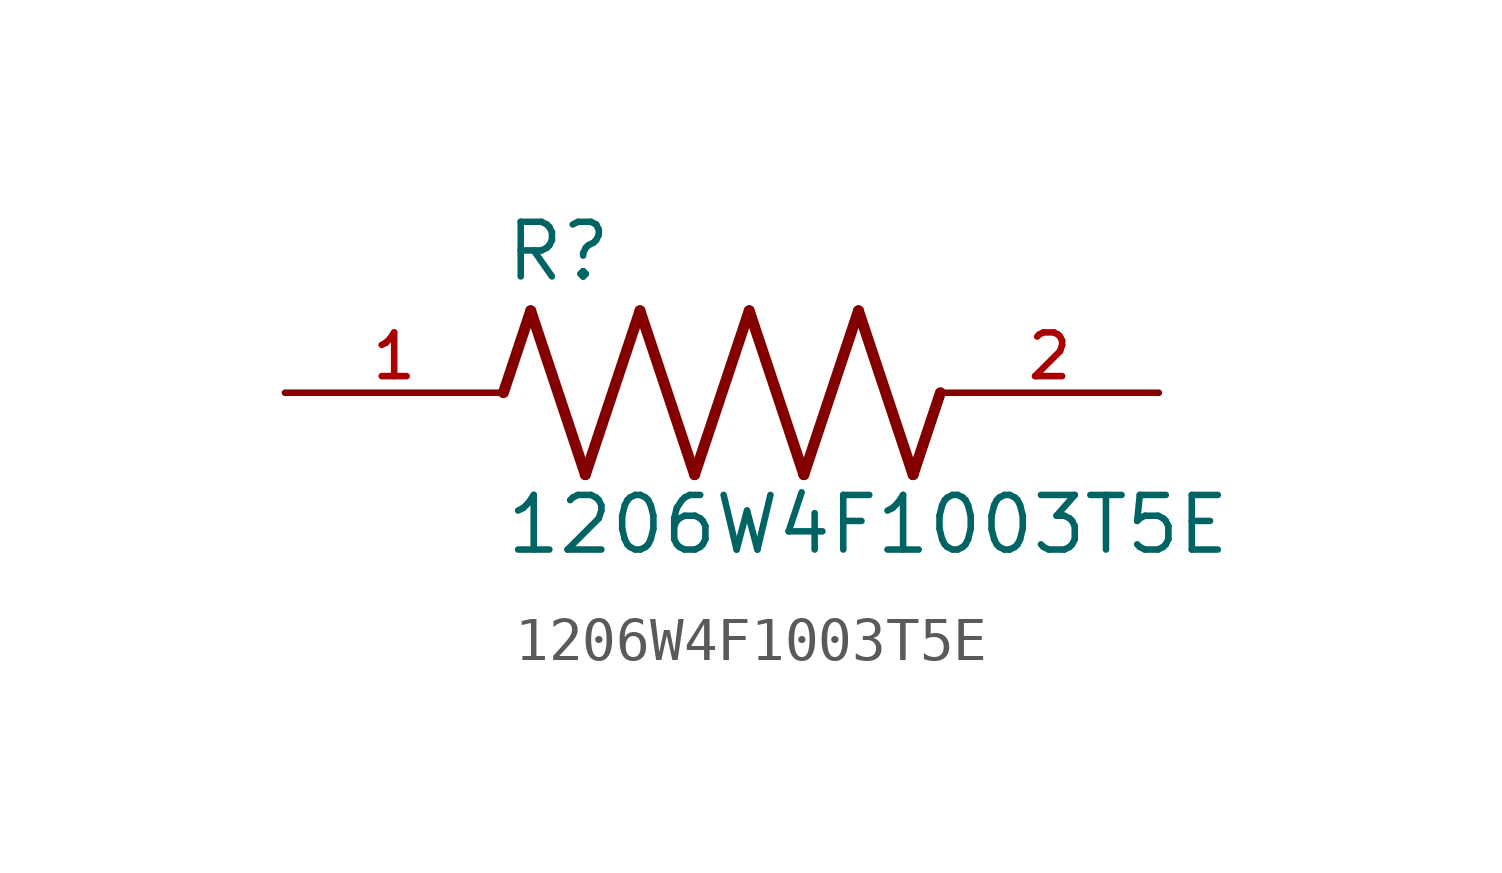
<source format=kicad_sym>
(kicad_symbol_lib
  (version 20211014)
  (generator kicad_symbol_editor)
  (symbol "1206W4F1003T5E"
    (pin_names
      (offset 1.016))
    (property "Reference" "R"
      (at -5.08 2.54 0)
      (effects (font (size 1.27 1.27)) (justify bottom left)))
    (property "Value" "1206W4F1003T5E"
      (at -5.08 -3.81 0)
      (effects (font (size 1.27 1.27)) (justify bottom left)))
    (symbol "1206W4F1003T5E_0_0"
      (polyline (pts (xy -5.08 0.0) (xy -4.445 1.905)) (stroke (width 0.254)))
      (polyline (pts (xy -4.445 1.905) (xy -3.175 -1.905)) (stroke (width 0.254)))
      (polyline (pts (xy -3.175 -1.905) (xy -1.905 1.905)) (stroke (width 0.254)))
      (polyline (pts (xy -1.905 1.905) (xy -0.635 -1.905)) (stroke (width 0.254)))
      (polyline (pts (xy -0.635 -1.905) (xy 0.635 1.905)) (stroke (width 0.254)))
      (polyline (pts (xy 0.635 1.905) (xy 1.905 -1.905)) (stroke (width 0.254)))
      (polyline (pts (xy 1.905 -1.905) (xy 3.175 1.905)) (stroke (width 0.254)))
      (polyline (pts (xy 3.175 1.905) (xy 4.445 -1.905)) (stroke (width 0.254)))
      (polyline (pts (xy 4.445 -1.905) (xy 5.08 0.0)) (stroke (width 0.254)))
      (pin passive line (at -10.16 0.0 0) (length 5.08) (name "~" (effects (font (size 1.016 1.016)))) (number "1" (effects (font (size 1.016 1.016)))))
      (pin passive line (at 10.16 0.0 180.0) (length 5.08) (name "~" (effects (font (size 1.016 1.016)))) (number "2" (effects (font (size 1.016 1.016))))))))
</source>
